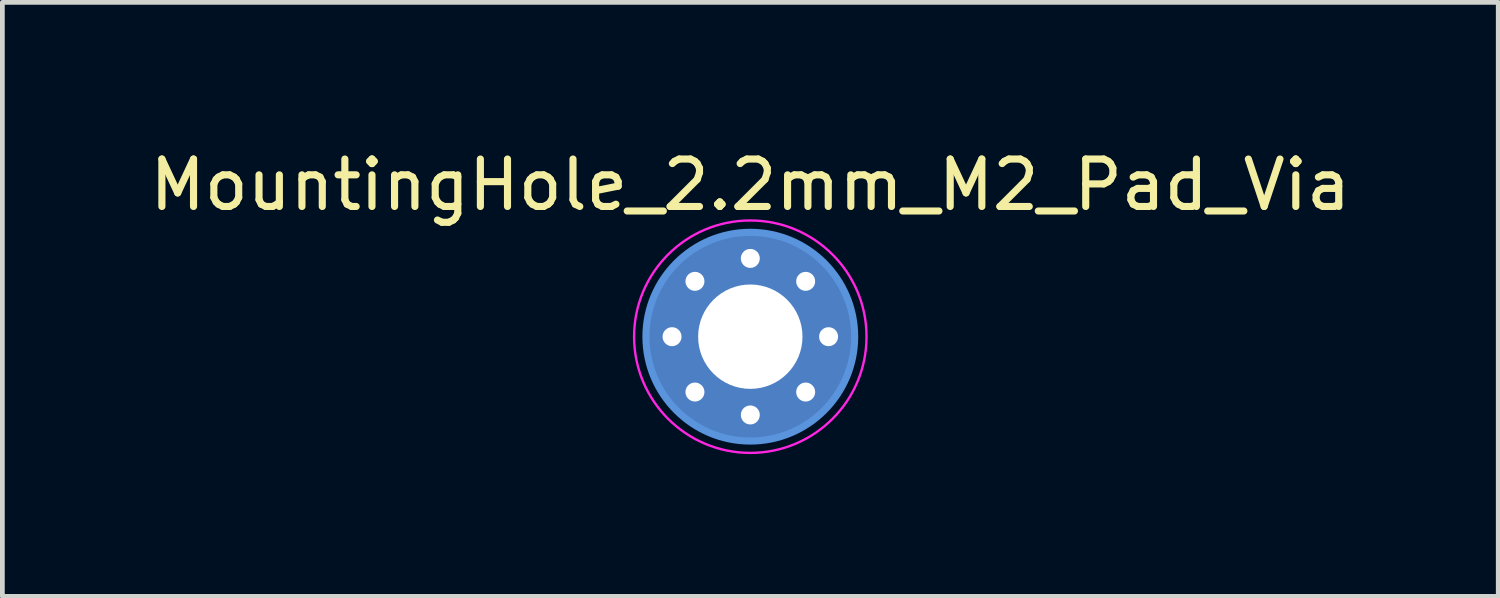
<source format=kicad_pcb>
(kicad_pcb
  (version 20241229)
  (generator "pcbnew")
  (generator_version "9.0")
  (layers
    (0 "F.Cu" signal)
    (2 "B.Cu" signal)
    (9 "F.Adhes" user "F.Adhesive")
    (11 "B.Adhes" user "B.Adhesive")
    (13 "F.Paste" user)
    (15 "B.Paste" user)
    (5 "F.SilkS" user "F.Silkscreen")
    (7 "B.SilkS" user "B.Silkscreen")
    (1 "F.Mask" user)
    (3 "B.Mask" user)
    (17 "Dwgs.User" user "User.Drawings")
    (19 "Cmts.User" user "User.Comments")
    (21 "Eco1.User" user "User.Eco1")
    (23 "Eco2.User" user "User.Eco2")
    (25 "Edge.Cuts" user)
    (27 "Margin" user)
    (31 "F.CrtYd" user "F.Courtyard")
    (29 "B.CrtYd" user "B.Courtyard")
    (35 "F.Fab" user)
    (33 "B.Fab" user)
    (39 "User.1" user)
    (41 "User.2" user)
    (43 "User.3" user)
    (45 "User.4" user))
  (footprint "MountingHole_2.2mm_M2_Pad_Via"
    (layer "F.Cu")
    (at 12.768 4.048)
    (property "Reference" "MountingHole_2.2mm_M2_Pad_Via" (at 0 -3.2 0) (layer "F.SilkS") (effects (font (size 1 1) (thickness 0.15))))
    (attr through_hole)
    (fp_circle (center 0 0) (end 2.2 0) (stroke (width 0.15) (type solid)) (fill no) (layer "Cmts.User"))
    (fp_circle (center 0 0) (end 2.45 0) (stroke (width 0.05) (type solid)) (fill no) (layer "F.CrtYd"))
    (pad "1" thru_hole circle (at -1.65 0) (size 0.6 0.6) (drill 0.4) (layers "*.Cu" "*.Mask"))
    (pad "1" thru_hole circle (at -1.167 -1.167) (size 0.6 0.6) (drill 0.4) (layers "*.Cu" "*.Mask"))
    (pad "1" thru_hole circle (at -1.167 1.167) (size 0.6 0.6) (drill 0.4) (layers "*.Cu" "*.Mask"))
    (pad "1" thru_hole circle (at 0 -1.65) (size 0.6 0.6) (drill 0.4) (layers "*.Cu" "*.Mask"))
    (pad "1" thru_hole circle (at 0 0) (size 4.4 4.4) (drill 2.2) (layers "*.Cu" "*.Mask"))
    (pad "1" thru_hole circle (at 0 1.65) (size 0.6 0.6) (drill 0.4) (layers "*.Cu" "*.Mask"))
    (pad "1" thru_hole circle (at 1.167 -1.167) (size 0.6 0.6) (drill 0.4) (layers "*.Cu" "*.Mask"))
    (pad "1" thru_hole circle (at 1.167 1.167) (size 0.6 0.6) (drill 0.4) (layers "*.Cu" "*.Mask"))
    (pad "1" thru_hole circle (at 1.65 0) (size 0.6 0.6) (drill 0.4) (layers "*.Cu" "*.Mask")))
  (gr_rect
    (start -3 -3)
    (end 28.536 9.523)
    (stroke (width 0.1) (type default))
    (fill no)
    (layer "Edge.Cuts")))
</source>
